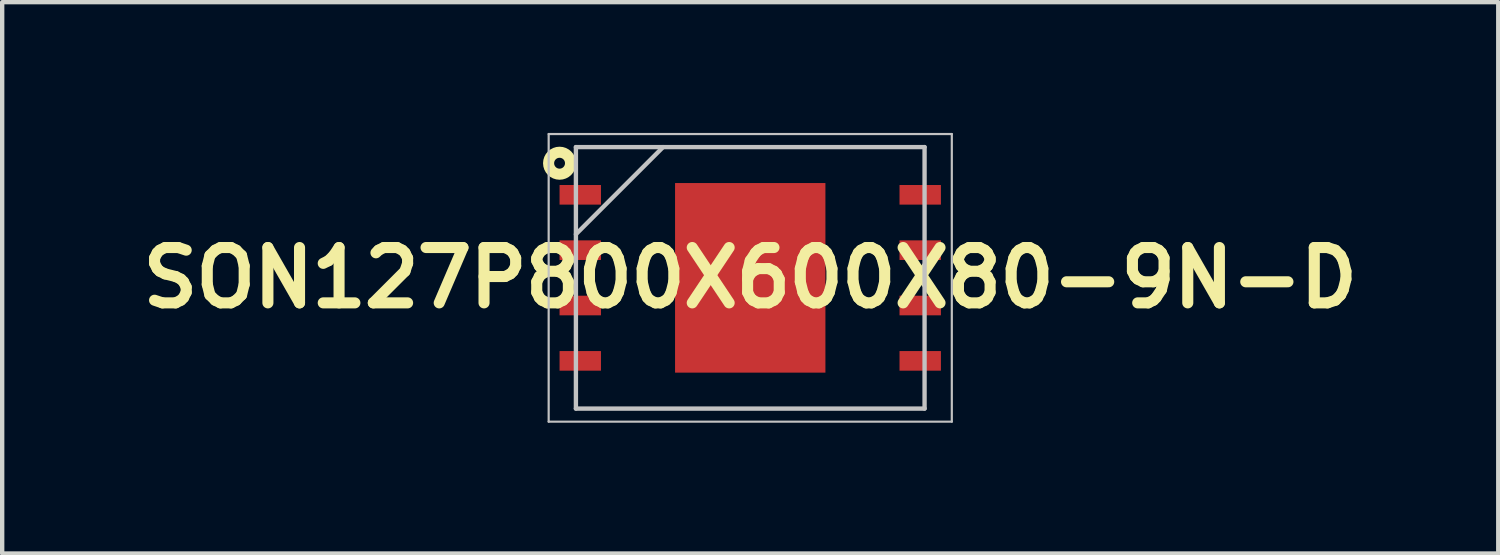
<source format=kicad_pcb>
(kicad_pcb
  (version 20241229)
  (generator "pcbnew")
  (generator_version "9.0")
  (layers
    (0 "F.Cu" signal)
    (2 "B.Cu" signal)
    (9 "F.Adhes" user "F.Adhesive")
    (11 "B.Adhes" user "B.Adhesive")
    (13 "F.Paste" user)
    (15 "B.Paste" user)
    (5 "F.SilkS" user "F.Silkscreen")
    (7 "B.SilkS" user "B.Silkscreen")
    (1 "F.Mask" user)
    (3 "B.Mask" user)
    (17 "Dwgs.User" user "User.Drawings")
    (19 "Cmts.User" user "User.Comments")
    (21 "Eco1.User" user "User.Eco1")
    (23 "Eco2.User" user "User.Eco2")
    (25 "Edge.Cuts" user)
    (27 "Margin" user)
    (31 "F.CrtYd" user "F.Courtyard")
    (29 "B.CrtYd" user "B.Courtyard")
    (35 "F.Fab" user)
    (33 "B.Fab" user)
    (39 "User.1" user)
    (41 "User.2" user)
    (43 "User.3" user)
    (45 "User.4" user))
  (footprint "SON127P800X600X80-9N-D"
    (layer "F.Cu")
    (at 14.164 3.325)
    (property "Reference" "SON127P800X600X80-9N-D" (at 0 0 0) (layer "F.SilkS") (effects (font (size 1.27 1.27) (thickness 0.254))))
    (attr smd)
    (fp_circle (center -4.375 -2.63) (end -4.25 -2.63) (stroke (width 0.254) (type solid)) (fill no) (layer "F.SilkS"))
    (fp_line (start -4.625 -3.3) (end 4.625 -3.3) (stroke (width 0.05) (type solid)) (layer "Dwgs.User"))
    (fp_line (start -4.625 3.3) (end -4.625 -3.3) (stroke (width 0.05) (type solid)) (layer "Dwgs.User"))
    (fp_line (start -4 -3) (end 4 -3) (stroke (width 0.1) (type solid)) (layer "Dwgs.User"))
    (fp_line (start -4 -1) (end -2 -3) (stroke (width 0.1) (type solid)) (layer "Dwgs.User"))
    (fp_line (start -4 3) (end -4 -3) (stroke (width 0.1) (type solid)) (layer "Dwgs.User"))
    (fp_line (start 4 -3) (end 4 3) (stroke (width 0.1) (type solid)) (layer "Dwgs.User"))
    (fp_line (start 4 3) (end -4 3) (stroke (width 0.1) (type solid)) (layer "Dwgs.User"))
    (fp_line (start 4.625 -3.3) (end 4.625 3.3) (stroke (width 0.05) (type solid)) (layer "Dwgs.User"))
    (fp_line (start 4.625 3.3) (end -4.625 3.3) (stroke (width 0.05) (type solid)) (layer "Dwgs.User"))
    (pad "1" smd rect (at -3.9 -1.905 90) (size 0.45 0.95) (layers "F.Cu" "F.Mask" "F.Paste"))
    (pad "2" smd rect (at -3.9 -0.635 90) (size 0.45 0.95) (layers "F.Cu" "F.Mask" "F.Paste"))
    (pad "3" smd rect (at -3.9 0.635 90) (size 0.45 0.95) (layers "F.Cu" "F.Mask" "F.Paste"))
    (pad "4" smd rect (at -3.9 1.905 90) (size 0.45 0.95) (layers "F.Cu" "F.Mask" "F.Paste"))
    (pad "5" smd rect (at 3.9 1.905 90) (size 0.45 0.95) (layers "F.Cu" "F.Mask" "F.Paste"))
    (pad "6" smd rect (at 3.9 0.635 90) (size 0.45 0.95) (layers "F.Cu" "F.Mask" "F.Paste"))
    (pad "7" smd rect (at 3.9 -0.635 90) (size 0.45 0.95) (layers "F.Cu" "F.Mask" "F.Paste"))
    (pad "8" smd rect (at 3.9 -1.905 90) (size 0.45 0.95) (layers "F.Cu" "F.Mask" "F.Paste"))
    (pad "9" smd rect (at 0 0) (size 3.45 4.35) (layers "F.Cu" "F.Mask" "F.Paste")))
  (gr_rect
    (start -3 -3)
    (end 31.327 9.65)
    (stroke (width 0.1) (type default))
    (fill no)
    (layer "Edge.Cuts")))
</source>
